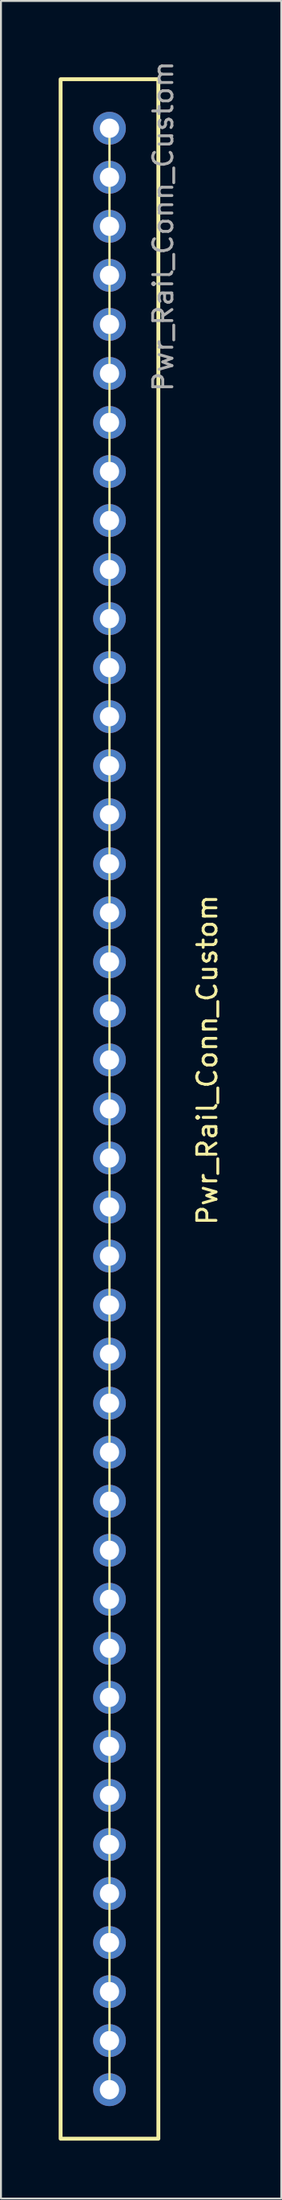
<source format=kicad_pcb>
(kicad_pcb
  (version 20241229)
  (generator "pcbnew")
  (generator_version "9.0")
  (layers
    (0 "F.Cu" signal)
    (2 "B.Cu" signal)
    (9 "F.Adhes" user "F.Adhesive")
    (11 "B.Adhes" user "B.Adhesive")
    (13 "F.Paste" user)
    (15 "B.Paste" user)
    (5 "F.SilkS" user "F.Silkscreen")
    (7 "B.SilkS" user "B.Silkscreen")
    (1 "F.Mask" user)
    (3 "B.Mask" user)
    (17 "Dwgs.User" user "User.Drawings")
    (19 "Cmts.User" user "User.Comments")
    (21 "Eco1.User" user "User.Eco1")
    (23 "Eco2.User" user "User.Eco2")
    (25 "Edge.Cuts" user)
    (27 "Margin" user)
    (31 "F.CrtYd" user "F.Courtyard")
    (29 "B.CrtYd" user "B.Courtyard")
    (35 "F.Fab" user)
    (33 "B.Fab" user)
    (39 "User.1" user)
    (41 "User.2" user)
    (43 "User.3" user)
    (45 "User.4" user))
  (footprint "Pwr_Rail_Conn_Custom"
    (layer "F.Cu")
    (at 2.64 51.853)
    (property "Reference" "Pwr_Rail_Conn_Custom" (at 5.08 0 90) (unlocked yes) (layer "F.SilkS") (effects (font (size 1 1) (thickness 0.15))))
    (attr smd)
    (fp_line (start 0 -48.26) (end 0 53.34) (stroke (width 0.12) (type solid)) (layer "F.SilkS"))
    (fp_rect (start -2.54 -50.8) (end 2.54 55.88) (stroke (width 0.2) (type solid)) (fill no) (layer "F.SilkS"))
    (fp_text user "${REFERENCE}" (at 2.79 -43.18 90) (layer "F.Fab") (effects (font (size 1 1) (thickness 0.15))))
    (pad "1" thru_hole oval (at 0 -48.26) (size 1.7 1.7) (drill 1) (layers "*.Cu" "*.Mask"))
    (pad "1" thru_hole oval (at 0 -45.72) (size 1.7 1.7) (drill 1) (layers "*.Cu" "*.Mask"))
    (pad "1" thru_hole oval (at 0 -43.18) (size 1.7 1.7) (drill 1) (layers "*.Cu" "*.Mask"))
    (pad "1" thru_hole oval (at 0 -40.64) (size 1.7 1.7) (drill 1) (layers "*.Cu" "*.Mask"))
    (pad "1" thru_hole oval (at 0 -38.1) (size 1.7 1.7) (drill 1) (layers "*.Cu" "*.Mask"))
    (pad "1" thru_hole oval (at 0 -35.56) (size 1.7 1.7) (drill 1) (layers "*.Cu" "*.Mask"))
    (pad "1" thru_hole oval (at 0 -33.02) (size 1.7 1.7) (drill 1) (layers "*.Cu" "*.Mask"))
    (pad "1" thru_hole oval (at 0 -30.48) (size 1.7 1.7) (drill 1) (layers "*.Cu" "*.Mask"))
    (pad "1" thru_hole oval (at 0 -27.94) (size 1.7 1.7) (drill 1) (layers "*.Cu" "*.Mask"))
    (pad "1" thru_hole oval (at 0 -25.4) (size 1.7 1.7) (drill 1) (layers "*.Cu" "*.Mask"))
    (pad "1" thru_hole oval (at 0 -22.86) (size 1.7 1.7) (drill 1) (layers "*.Cu" "*.Mask"))
    (pad "1" thru_hole oval (at 0 -20.32) (size 1.7 1.7) (drill 1) (layers "*.Cu" "*.Mask"))
    (pad "1" thru_hole oval (at 0 -17.78) (size 1.7 1.7) (drill 1) (layers "*.Cu" "*.Mask"))
    (pad "1" thru_hole oval (at 0 -15.24) (size 1.7 1.7) (drill 1) (layers "*.Cu" "*.Mask"))
    (pad "1" thru_hole oval (at 0 -12.7) (size 1.7 1.7) (drill 1) (layers "*.Cu" "*.Mask"))
    (pad "1" thru_hole oval (at 0 -10.16) (size 1.7 1.7) (drill 1) (layers "*.Cu" "*.Mask"))
    (pad "1" thru_hole oval (at 0 -7.62) (size 1.7 1.7) (drill 1) (layers "*.Cu" "*.Mask"))
    (pad "1" thru_hole oval (at 0 -5.08) (size 1.7 1.7) (drill 1) (layers "*.Cu" "*.Mask"))
    (pad "1" thru_hole oval (at 0 -2.54) (size 1.7 1.7) (drill 1) (layers "*.Cu" "*.Mask"))
    (pad "1" thru_hole oval (at 0 0) (size 1.7 1.7) (drill 1) (layers "*.Cu" "*.Mask"))
    (pad "1" thru_hole oval (at 0 2.54) (size 1.7 1.7) (drill 1) (layers "*.Cu" "*.Mask"))
    (pad "1" thru_hole oval (at 0 5.08) (size 1.7 1.7) (drill 1) (layers "*.Cu" "*.Mask"))
    (pad "1" thru_hole oval (at 0 7.62) (size 1.7 1.7) (drill 1) (layers "*.Cu" "*.Mask"))
    (pad "1" thru_hole oval (at 0 10.16) (size 1.7 1.7) (drill 1) (layers "*.Cu" "*.Mask"))
    (pad "1" thru_hole oval (at 0 12.7) (size 1.7 1.7) (drill 1) (layers "*.Cu" "*.Mask"))
    (pad "1" thru_hole oval (at 0 15.24) (size 1.7 1.7) (drill 1) (layers "*.Cu" "*.Mask"))
    (pad "1" thru_hole oval (at 0 17.78) (size 1.7 1.7) (drill 1) (layers "*.Cu" "*.Mask"))
    (pad "1" thru_hole oval (at 0 20.32) (size 1.7 1.7) (drill 1) (layers "*.Cu" "*.Mask"))
    (pad "1" thru_hole oval (at 0 22.86) (size 1.7 1.7) (drill 1) (layers "*.Cu" "*.Mask"))
    (pad "1" thru_hole oval (at 0 25.4) (size 1.7 1.7) (drill 1) (layers "*.Cu" "*.Mask"))
    (pad "1" thru_hole oval (at 0 27.94) (size 1.7 1.7) (drill 1) (layers "*.Cu" "*.Mask"))
    (pad "1" thru_hole oval (at 0 30.48) (size 1.7 1.7) (drill 1) (layers "*.Cu" "*.Mask"))
    (pad "1" thru_hole oval (at 0 33.02) (size 1.7 1.7) (drill 1) (layers "*.Cu" "*.Mask"))
    (pad "1" thru_hole oval (at 0 35.56) (size 1.7 1.7) (drill 1) (layers "*.Cu" "*.Mask"))
    (pad "1" thru_hole oval (at 0 38.1) (size 1.7 1.7) (drill 1) (layers "*.Cu" "*.Mask"))
    (pad "1" thru_hole oval (at 0 40.64) (size 1.7 1.7) (drill 1) (layers "*.Cu" "*.Mask"))
    (pad "1" thru_hole oval (at 0 43.18) (size 1.7 1.7) (drill 1) (layers "*.Cu" "*.Mask"))
    (pad "1" thru_hole oval (at 0 45.72) (size 1.7 1.7) (drill 1) (layers "*.Cu" "*.Mask"))
    (pad "1" thru_hole oval (at 0 48.26) (size 1.7 1.7) (drill 1) (layers "*.Cu" "*.Mask"))
    (pad "1" thru_hole oval (at 0 50.8) (size 1.7 1.7) (drill 1) (layers "*.Cu" "*.Mask"))
    (pad "1" thru_hole oval (at 0 53.34) (size 1.7 1.7) (drill 1) (layers "*.Cu" "*.Mask")))
  (gr_rect
    (start -3 -3)
    (end 11.568 110.833)
    (stroke (width 0.1) (type default))
    (fill no)
    (layer "Edge.Cuts")))
</source>
